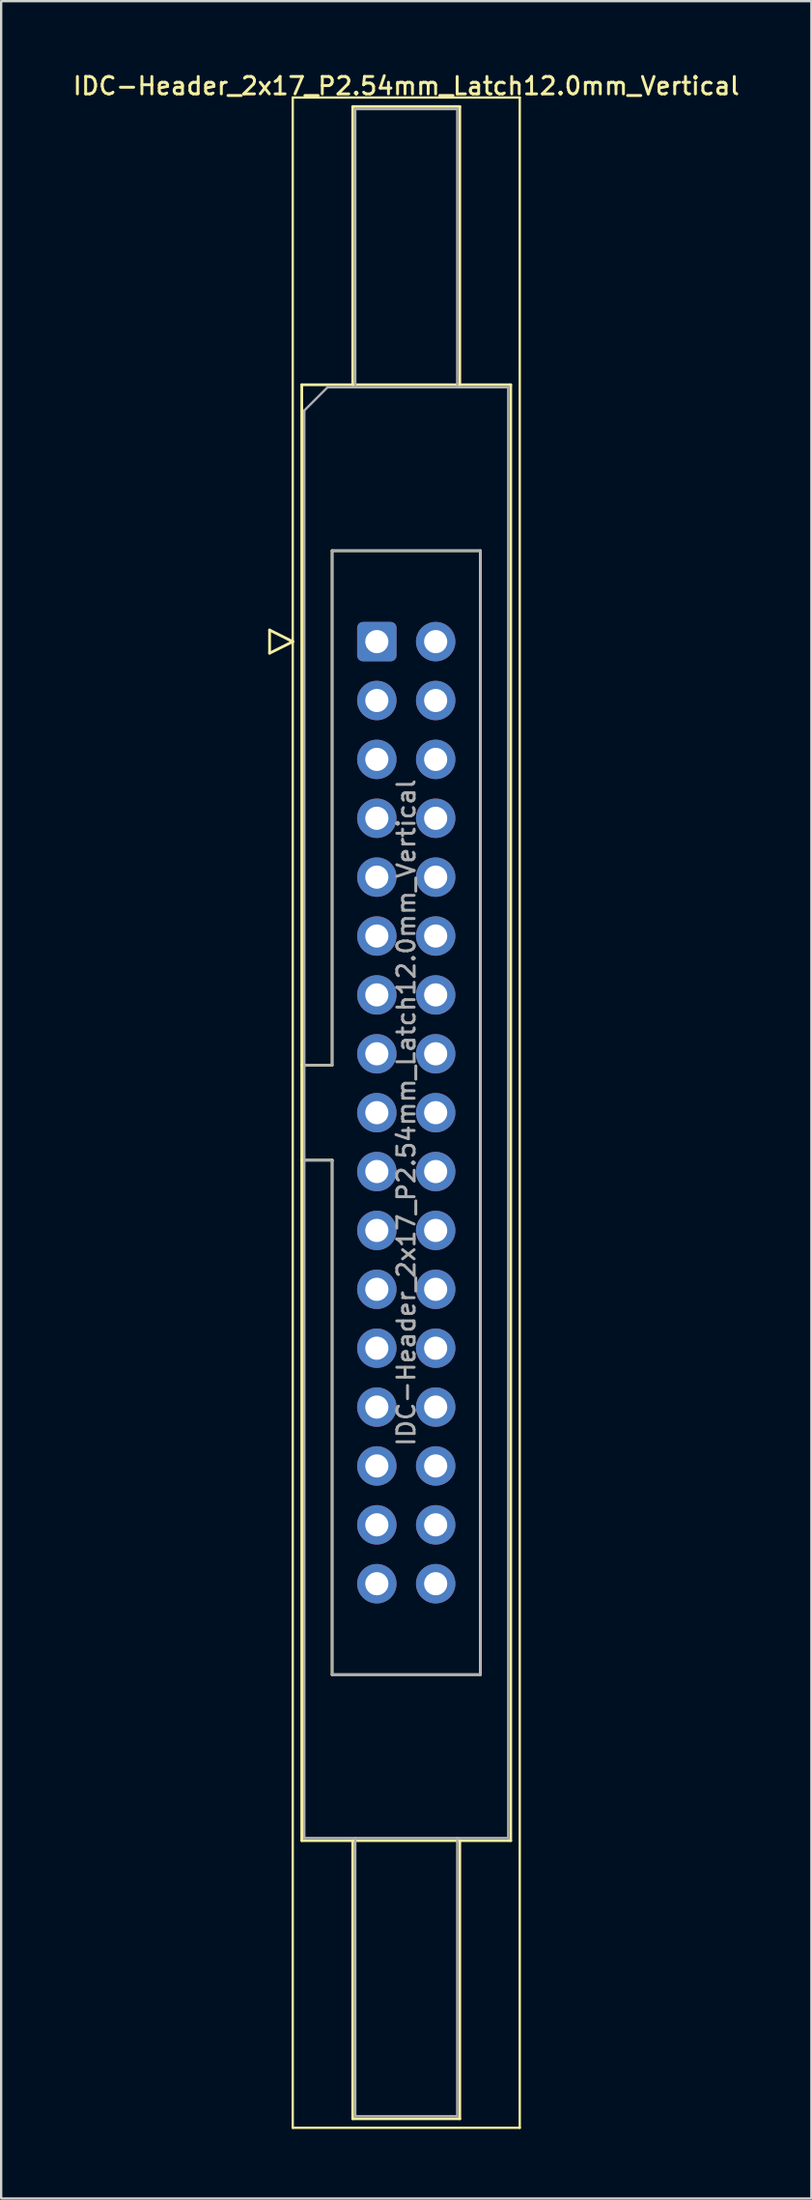
<source format=kicad_pcb>
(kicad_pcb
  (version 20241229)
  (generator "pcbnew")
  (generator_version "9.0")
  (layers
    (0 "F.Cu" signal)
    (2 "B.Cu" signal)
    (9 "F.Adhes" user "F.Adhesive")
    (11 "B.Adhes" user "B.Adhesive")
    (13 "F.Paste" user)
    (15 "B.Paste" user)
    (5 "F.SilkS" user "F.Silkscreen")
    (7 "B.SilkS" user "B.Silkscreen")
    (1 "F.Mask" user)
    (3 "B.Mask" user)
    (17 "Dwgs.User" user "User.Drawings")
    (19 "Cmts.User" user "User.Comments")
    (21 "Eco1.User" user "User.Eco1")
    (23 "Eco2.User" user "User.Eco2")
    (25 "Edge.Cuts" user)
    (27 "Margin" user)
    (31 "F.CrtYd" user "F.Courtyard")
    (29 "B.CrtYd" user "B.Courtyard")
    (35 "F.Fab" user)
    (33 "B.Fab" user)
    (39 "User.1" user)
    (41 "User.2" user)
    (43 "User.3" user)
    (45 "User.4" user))
  (footprint "IDC-Header_2x17_P2.54mm_Latch12.0mm_Vertical"
    (layer "F.Cu")
    (at 13.217 24.628)
    (property "Reference" "IDC-Header_2x17_P2.54mm_Latch12.0mm_Vertical" (at 1.27 -23.97 0) (layer "F.SilkS") (effects (font (size 0.75 0.75) (thickness 0.125))))
    (attr through_hole)
    (fp_line (start -4.63 -0.5) (end -4.63 0.5) (stroke (width 0.12) (type solid)) (layer "F.SilkS"))
    (fp_line (start -4.63 0.5) (end -3.63 0) (stroke (width 0.12) (type solid)) (layer "F.SilkS"))
    (fp_line (start -3.63 -23.47) (end -3.63 64.11) (stroke (width 0.1) (type solid)) (layer "F.SilkS"))
    (fp_line (start -3.63 0) (end -4.63 -0.5) (stroke (width 0.12) (type solid)) (layer "F.SilkS"))
    (fp_line (start -3.63 64.11) (end 6.17 64.11) (stroke (width 0.1) (type solid)) (layer "F.SilkS"))
    (fp_line (start -3.24 -11.08) (end 5.78 -11.08) (stroke (width 0.12) (type solid)) (layer "F.SilkS"))
    (fp_line (start -3.24 18.27) (end -1.93 18.27) (stroke (width 0.12) (type solid)) (layer "F.SilkS"))
    (fp_line (start -3.24 51.72) (end -3.24 -11.08) (stroke (width 0.12) (type solid)) (layer "F.SilkS"))
    (fp_line (start -1.93 -3.92) (end 4.47 -3.92) (stroke (width 0.12) (type solid)) (layer "F.SilkS"))
    (fp_line (start -1.93 18.27) (end -1.93 -3.92) (stroke (width 0.12) (type solid)) (layer "F.SilkS"))
    (fp_line (start -1.93 22.37) (end -3.24 22.37) (stroke (width 0.12) (type solid)) (layer "F.SilkS"))
    (fp_line (start -1.93 22.37) (end -1.93 22.37) (stroke (width 0.12) (type solid)) (layer "F.SilkS"))
    (fp_line (start -1.93 44.56) (end -1.93 22.37) (stroke (width 0.12) (type solid)) (layer "F.SilkS"))
    (fp_line (start -1.04 -23.08) (end 3.58 -23.08) (stroke (width 0.12) (type solid)) (layer "F.SilkS"))
    (fp_line (start -1.04 -11.08) (end -1.04 -23.08) (stroke (width 0.12) (type solid)) (layer "F.SilkS"))
    (fp_line (start -1.04 51.72) (end -1.04 63.72) (stroke (width 0.12) (type solid)) (layer "F.SilkS"))
    (fp_line (start -1.04 63.72) (end 3.58 63.72) (stroke (width 0.12) (type solid)) (layer "F.SilkS"))
    (fp_line (start 3.58 -23.08) (end 3.58 -11.08) (stroke (width 0.12) (type solid)) (layer "F.SilkS"))
    (fp_line (start 3.58 63.72) (end 3.58 51.72) (stroke (width 0.12) (type solid)) (layer "F.SilkS"))
    (fp_line (start 4.47 -3.92) (end 4.47 44.56) (stroke (width 0.12) (type solid)) (layer "F.SilkS"))
    (fp_line (start 4.47 44.56) (end -1.93 44.56) (stroke (width 0.12) (type solid)) (layer "F.SilkS"))
    (fp_line (start 5.78 -11.08) (end 5.78 51.72) (stroke (width 0.12) (type solid)) (layer "F.SilkS"))
    (fp_line (start 5.78 51.72) (end -3.24 51.72) (stroke (width 0.12) (type solid)) (layer "F.SilkS"))
    (fp_line (start 6.17 -23.47) (end -3.63 -23.47) (stroke (width 0.1) (type solid)) (layer "F.SilkS"))
    (fp_line (start 6.17 64.11) (end 6.17 -23.47) (stroke (width 0.1) (type solid)) (layer "F.SilkS"))
    (fp_line (start -3.13 -9.97) (end -2.13 -10.97) (stroke (width 0.1) (type solid)) (layer "F.Fab"))
    (fp_line (start -3.13 18.27) (end -1.93 18.27) (stroke (width 0.1) (type solid)) (layer "F.Fab"))
    (fp_line (start -3.13 51.61) (end -3.13 -9.97) (stroke (width 0.1) (type solid)) (layer "F.Fab"))
    (fp_line (start -2.13 -10.97) (end 5.67 -10.97) (stroke (width 0.1) (type solid)) (layer "F.Fab"))
    (fp_line (start -1.93 -3.92) (end 4.47 -3.92) (stroke (width 0.1) (type solid)) (layer "F.Fab"))
    (fp_line (start -1.93 18.27) (end -1.93 -3.92) (stroke (width 0.1) (type solid)) (layer "F.Fab"))
    (fp_line (start -1.93 22.37) (end -3.13 22.37) (stroke (width 0.1) (type solid)) (layer "F.Fab"))
    (fp_line (start -1.93 22.37) (end -1.93 22.37) (stroke (width 0.1) (type solid)) (layer "F.Fab"))
    (fp_line (start -1.93 44.56) (end -1.93 22.37) (stroke (width 0.1) (type solid)) (layer "F.Fab"))
    (fp_line (start -0.93 -22.97) (end 3.47 -22.97) (stroke (width 0.1) (type solid)) (layer "F.Fab"))
    (fp_line (start -0.93 -10.97) (end -0.93 -22.97) (stroke (width 0.1) (type solid)) (layer "F.Fab"))
    (fp_line (start -0.93 51.61) (end -0.93 63.61) (stroke (width 0.1) (type solid)) (layer "F.Fab"))
    (fp_line (start -0.93 63.61) (end 3.47 63.61) (stroke (width 0.1) (type solid)) (layer "F.Fab"))
    (fp_line (start 3.47 -22.97) (end 3.47 -10.97) (stroke (width 0.1) (type solid)) (layer "F.Fab"))
    (fp_line (start 3.47 63.61) (end 3.47 51.61) (stroke (width 0.1) (type solid)) (layer "F.Fab"))
    (fp_line (start 4.47 -3.92) (end 4.47 44.56) (stroke (width 0.1) (type solid)) (layer "F.Fab"))
    (fp_line (start 4.47 44.56) (end -1.93 44.56) (stroke (width 0.1) (type solid)) (layer "F.Fab"))
    (fp_line (start 5.67 -10.97) (end 5.67 51.61) (stroke (width 0.1) (type solid)) (layer "F.Fab"))
    (fp_line (start 5.67 51.61) (end -3.13 51.61) (stroke (width 0.1) (type solid)) (layer "F.Fab"))
    (fp_text user "${REFERENCE}" (at 1.27 20.32 90) (layer "F.Fab") (effects (font (size 0.75 0.75) (thickness 0.125))))
    (pad "1" thru_hole roundrect (at 0 0) (size 1.7 1.7) (drill 1) (layers "*.Cu" "*.Mask") (roundrect_rratio 0.147))
    (pad "2" thru_hole circle (at 2.54 0) (size 1.7 1.7) (drill 1) (layers "*.Cu" "*.Mask"))
    (pad "3" thru_hole circle (at 0 2.54) (size 1.7 1.7) (drill 1) (layers "*.Cu" "*.Mask"))
    (pad "4" thru_hole circle (at 2.54 2.54) (size 1.7 1.7) (drill 1) (layers "*.Cu" "*.Mask"))
    (pad "5" thru_hole circle (at 0 5.08) (size 1.7 1.7) (drill 1) (layers "*.Cu" "*.Mask"))
    (pad "6" thru_hole circle (at 2.54 5.08) (size 1.7 1.7) (drill 1) (layers "*.Cu" "*.Mask"))
    (pad "7" thru_hole circle (at 0 7.62) (size 1.7 1.7) (drill 1) (layers "*.Cu" "*.Mask"))
    (pad "8" thru_hole circle (at 2.54 7.62) (size 1.7 1.7) (drill 1) (layers "*.Cu" "*.Mask"))
    (pad "9" thru_hole circle (at 0 10.16) (size 1.7 1.7) (drill 1) (layers "*.Cu" "*.Mask"))
    (pad "10" thru_hole circle (at 2.54 10.16) (size 1.7 1.7) (drill 1) (layers "*.Cu" "*.Mask"))
    (pad "11" thru_hole circle (at 0 12.7) (size 1.7 1.7) (drill 1) (layers "*.Cu" "*.Mask"))
    (pad "12" thru_hole circle (at 2.54 12.7) (size 1.7 1.7) (drill 1) (layers "*.Cu" "*.Mask"))
    (pad "13" thru_hole circle (at 0 15.24) (size 1.7 1.7) (drill 1) (layers "*.Cu" "*.Mask"))
    (pad "14" thru_hole circle (at 2.54 15.24) (size 1.7 1.7) (drill 1) (layers "*.Cu" "*.Mask"))
    (pad "15" thru_hole circle (at 0 17.78) (size 1.7 1.7) (drill 1) (layers "*.Cu" "*.Mask"))
    (pad "16" thru_hole circle (at 2.54 17.78) (size 1.7 1.7) (drill 1) (layers "*.Cu" "*.Mask"))
    (pad "17" thru_hole circle (at 0 20.32) (size 1.7 1.7) (drill 1) (layers "*.Cu" "*.Mask"))
    (pad "18" thru_hole circle (at 2.54 20.32) (size 1.7 1.7) (drill 1) (layers "*.Cu" "*.Mask"))
    (pad "19" thru_hole circle (at 0 22.86) (size 1.7 1.7) (drill 1) (layers "*.Cu" "*.Mask"))
    (pad "20" thru_hole circle (at 2.54 22.86) (size 1.7 1.7) (drill 1) (layers "*.Cu" "*.Mask"))
    (pad "21" thru_hole circle (at 0 25.4) (size 1.7 1.7) (drill 1) (layers "*.Cu" "*.Mask"))
    (pad "22" thru_hole circle (at 2.54 25.4) (size 1.7 1.7) (drill 1) (layers "*.Cu" "*.Mask"))
    (pad "23" thru_hole circle (at 0 27.94) (size 1.7 1.7) (drill 1) (layers "*.Cu" "*.Mask"))
    (pad "24" thru_hole circle (at 2.54 27.94) (size 1.7 1.7) (drill 1) (layers "*.Cu" "*.Mask"))
    (pad "25" thru_hole circle (at 0 30.48) (size 1.7 1.7) (drill 1) (layers "*.Cu" "*.Mask"))
    (pad "26" thru_hole circle (at 2.54 30.48) (size 1.7 1.7) (drill 1) (layers "*.Cu" "*.Mask"))
    (pad "27" thru_hole circle (at 0 33.02) (size 1.7 1.7) (drill 1) (layers "*.Cu" "*.Mask"))
    (pad "28" thru_hole circle (at 2.54 33.02) (size 1.7 1.7) (drill 1) (layers "*.Cu" "*.Mask"))
    (pad "29" thru_hole circle (at 0 35.56) (size 1.7 1.7) (drill 1) (layers "*.Cu" "*.Mask"))
    (pad "30" thru_hole circle (at 2.54 35.56) (size 1.7 1.7) (drill 1) (layers "*.Cu" "*.Mask"))
    (pad "31" thru_hole circle (at 0 38.1) (size 1.7 1.7) (drill 1) (layers "*.Cu" "*.Mask"))
    (pad "32" thru_hole circle (at 2.54 38.1) (size 1.7 1.7) (drill 1) (layers "*.Cu" "*.Mask"))
    (pad "33" thru_hole circle (at 0 40.64) (size 1.7 1.7) (drill 1) (layers "*.Cu" "*.Mask"))
    (pad "34" thru_hole circle (at 2.54 40.64) (size 1.7 1.7) (drill 1) (layers "*.Cu" "*.Mask")))
  (gr_rect
    (start -3 -3)
    (end 31.975 91.788)
    (stroke (width 0.1) (type default))
    (fill no)
    (layer "Edge.Cuts")))
</source>
